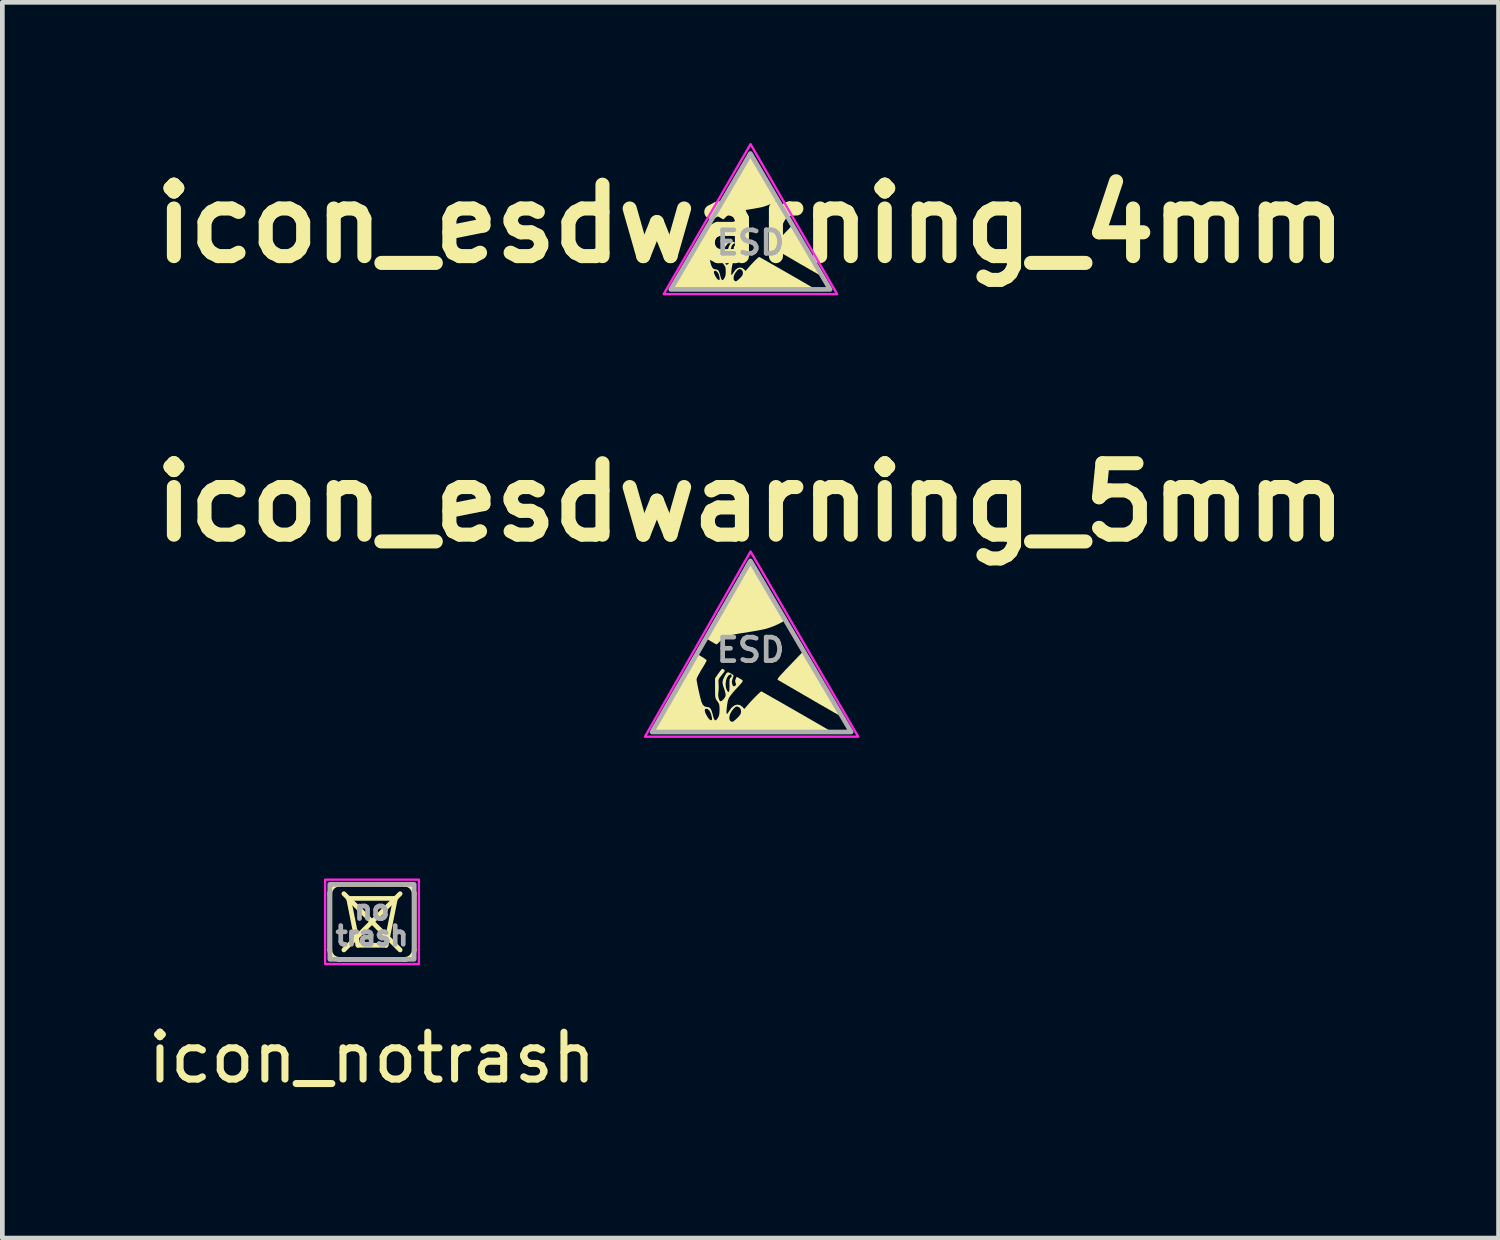
<source format=kicad_pcb>
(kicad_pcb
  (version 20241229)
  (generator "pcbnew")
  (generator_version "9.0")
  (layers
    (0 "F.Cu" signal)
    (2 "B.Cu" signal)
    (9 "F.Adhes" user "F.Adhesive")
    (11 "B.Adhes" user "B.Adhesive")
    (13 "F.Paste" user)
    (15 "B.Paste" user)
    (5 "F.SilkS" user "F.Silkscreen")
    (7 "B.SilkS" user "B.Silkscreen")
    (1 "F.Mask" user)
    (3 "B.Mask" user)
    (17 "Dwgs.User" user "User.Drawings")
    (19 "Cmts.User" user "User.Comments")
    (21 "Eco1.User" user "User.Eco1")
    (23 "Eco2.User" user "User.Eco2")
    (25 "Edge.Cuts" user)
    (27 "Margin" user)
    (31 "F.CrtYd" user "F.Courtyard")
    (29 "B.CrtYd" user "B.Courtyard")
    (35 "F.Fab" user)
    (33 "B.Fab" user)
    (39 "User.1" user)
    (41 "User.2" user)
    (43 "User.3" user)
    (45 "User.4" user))
  (footprint "icon_esdwarning_5mm"
    (layer "F.Cu")
    (at 12.961 10.818)
    (property "Reference" "icon_esdwarning_5mm" (at 0 -3.15 0) (layer "F.SilkS") (effects (font (size 1.524 1.524) (thickness 0.3))))
    (attr exclude_from_pos_files exclude_from_bom)
    (fp_poly (pts (xy 1.344 0.412) (xy 1.416 0.536) (xy 1.494 0.672) (xy 1.574 0.81) (xy 1.649 0.941) (xy 1.716 1.056) (xy 1.739 1.096) (xy 1.79 1.186) (xy 1.835 1.265) (xy 1.87 1.329) (xy 1.894 1.375) (xy 1.903 1.397) (xy 1.903 1.398) (xy 1.887 1.39) (xy 1.845 1.367) (xy 1.779 1.33) (xy 1.694 1.281) (xy 1.592 1.222) (xy 1.476 1.156) (xy 1.349 1.082) (xy 1.25 1.024) (xy 1.116 0.947) (xy 0.991 0.874) (xy 0.876 0.807) (xy 0.777 0.75) (xy 0.695 0.702) (xy 0.633 0.666) (xy 0.595 0.644) (xy 0.584 0.637) (xy 0.579 0.631) (xy 0.581 0.62) (xy 0.591 0.602) (xy 0.611 0.575) (xy 0.644 0.537) (xy 0.692 0.485) (xy 0.756 0.416) (xy 0.839 0.33) (xy 0.942 0.222) (xy 0.992 0.17) (xy 1.125 0.032)) (stroke (width 0) (type solid)) (fill yes) (layer "F.SilkS"))
    (fp_poly (pts (xy 0.01 -1.886) (xy 0.034 -1.847) (xy 0.071 -1.786) (xy 0.118 -1.707) (xy 0.173 -1.613) (xy 0.235 -1.508) (xy 0.3 -1.396) (xy 0.368 -1.279) (xy 0.435 -1.163) (xy 0.5 -1.05) (xy 0.561 -0.943) (xy 0.616 -0.847) (xy 0.662 -0.766) (xy 0.698 -0.701) (xy 0.721 -0.658) (xy 0.73 -0.641) (xy 0.718 -0.623) (xy 0.682 -0.598) (xy 0.626 -0.568) (xy 0.557 -0.535) (xy 0.482 -0.503) (xy 0.406 -0.475) (xy 0.336 -0.453) (xy 0.327 -0.451) (xy 0.266 -0.437) (xy 0.18 -0.42) (xy 0.079 -0.402) (xy -0.028 -0.384) (xy -0.098 -0.373) (xy -0.238 -0.351) (xy -0.35 -0.33) (xy -0.439 -0.308) (xy -0.509 -0.283) (xy -0.565 -0.255) (xy -0.612 -0.221) (xy -0.646 -0.189) (xy -0.683 -0.151) (xy -0.711 -0.125) (xy -0.721 -0.117) (xy -0.736 -0.125) (xy -0.773 -0.145) (xy -0.822 -0.173) (xy -0.874 -0.204) (xy -0.916 -0.231) (xy -0.936 -0.246) (xy -0.934 -0.262) (xy -0.917 -0.3) (xy -0.886 -0.363) (xy -0.84 -0.449) (xy -0.778 -0.561) (xy -0.701 -0.699) (xy -0.607 -0.864) (xy -0.497 -1.056) (xy -0.482 -1.082) (xy -0.394 -1.233) (xy -0.312 -1.374) (xy -0.236 -1.505) (xy -0.168 -1.621) (xy -0.11 -1.72) (xy -0.062 -1.8) (xy -0.027 -1.858) (xy -0.006 -1.892) (xy 0.00024 -1.9)) (stroke (width 0) (type solid)) (fill yes) (layer "F.SilkS"))
    (fp_poly (pts (xy -1.14 0.089) (xy -1.104 0.106) (xy -1.058 0.132) (xy -1.01 0.161) (xy -0.967 0.19) (xy -0.94 0.213) (xy -0.933 0.222) (xy -0.942 0.243) (xy -0.965 0.286) (xy -0.999 0.345) (xy -1.041 0.413) (xy -1.042 0.414) (xy -1.084 0.485) (xy -1.118 0.548) (xy -1.142 0.597) (xy -1.15 0.625) (xy -1.146 0.656) (xy -1.136 0.712) (xy -1.122 0.784) (xy -1.105 0.865) (xy -1.086 0.947) (xy -1.068 1.021) (xy -1.053 1.08) (xy -1.047 1.1) (xy -1.018 1.166) (xy -0.98 1.204) (xy -0.927 1.217) (xy -0.923 1.217) (xy -0.885 1.223) (xy -0.855 1.246) (xy -0.831 1.29) (xy -0.809 1.361) (xy -0.801 1.395) (xy -0.781 1.462) (xy -0.761 1.497) (xy -0.738 1.501) (xy -0.711 1.475) (xy -0.71 1.473) (xy -0.449 1.473) (xy -0.432 1.513) (xy -0.398 1.532) (xy -0.386 1.533) (xy -0.363 1.522) (xy -0.325 1.493) (xy -0.281 1.452) (xy -0.236 1.404) (xy -0.211 1.367) (xy -0.201 1.331) (xy -0.2 1.311) (xy -0.207 1.262) (xy -0.233 1.23) (xy -0.243 1.222) (xy -0.277 1.206) (xy -0.307 1.208) (xy -0.339 1.232) (xy -0.382 1.28) (xy -0.396 1.299) (xy -0.431 1.359) (xy -0.449 1.419) (xy -0.449 1.473) (xy -0.71 1.473) (xy -0.698 1.455) (xy -0.675 1.411) (xy -0.663 1.362) (xy -0.659 1.297) (xy -0.658 1.274) (xy -0.66 1.208) (xy -0.667 1.162) (xy -0.683 1.127) (xy -0.706 1.094) (xy -0.725 1.067) (xy -0.739 1.042) (xy -0.747 1.011) (xy -0.752 0.969) (xy -0.754 0.908) (xy -0.754 0.82) (xy -0.754 0.818) (xy -0.755 0.605) (xy -0.684 0.502) (xy -0.648 0.453) (xy -0.619 0.417) (xy -0.602 0.4) (xy -0.601 0.4) (xy -0.58 0.409) (xy -0.562 0.421) (xy -0.55 0.434) (xy -0.551 0.452) (xy -0.568 0.48) (xy -0.604 0.525) (xy -0.611 0.533) (xy -0.65 0.582) (xy -0.673 0.617) (xy -0.682 0.649) (xy -0.682 0.692) (xy -0.679 0.728) (xy -0.677 0.798) (xy -0.679 0.866) (xy -0.684 0.902) (xy -0.688 0.96) (xy -0.681 1.018) (xy -0.665 1.066) (xy -0.644 1.093) (xy -0.64 1.095) (xy -0.615 1.088) (xy -0.583 1.061) (xy -0.552 1.024) (xy -0.532 0.985) (xy -0.529 0.975) (xy -0.531 0.937) (xy -0.543 0.883) (xy -0.554 0.847) (xy -0.581 0.769) (xy -0.59 0.728) (xy -0.53 0.728) (xy -0.523 0.8) (xy -0.51 0.839) (xy -0.487 0.885) (xy -0.468 0.899) (xy -0.454 0.881) (xy -0.447 0.832) (xy -0.446 0.753) (xy -0.446 0.746) (xy -0.447 0.673) (xy -0.444 0.628) (xy -0.436 0.603) (xy -0.425 0.594) (xy -0.405 0.575) (xy -0.4 0.547) (xy -0.409 0.524) (xy -0.427 0.52) (xy -0.468 0.543) (xy -0.501 0.592) (xy -0.522 0.656) (xy -0.53 0.728) (xy -0.59 0.728) (xy -0.594 0.712) (xy -0.593 0.666) (xy -0.58 0.622) (xy -0.568 0.596) (xy -0.535 0.532) (xy -0.509 0.493) (xy -0.487 0.477) (xy -0.463 0.479) (xy -0.439 0.49) (xy -0.389 0.518) (xy -0.364 0.537) (xy -0.36 0.557) (xy -0.37 0.585) (xy -0.376 0.598) (xy -0.396 0.671) (xy -0.393 0.709) (xy -0.377 0.76) (xy -0.354 0.778) (xy -0.325 0.765) (xy -0.322 0.762) (xy -0.306 0.736) (xy -0.315 0.703) (xy -0.316 0.701) (xy -0.327 0.663) (xy -0.315 0.619) (xy -0.315 0.619) (xy -0.294 0.572) (xy -0.222 0.613) (xy -0.191 0.63) (xy -0.171 0.644) (xy -0.165 0.659) (xy -0.172 0.681) (xy -0.197 0.713) (xy -0.24 0.76) (xy -0.302 0.827) (xy -0.314 0.839) (xy -0.368 0.901) (xy -0.417 0.962) (xy -0.453 1.014) (xy -0.466 1.039) (xy -0.48 1.081) (xy -0.492 1.139) (xy -0.502 1.203) (xy -0.508 1.266) (xy -0.511 1.32) (xy -0.509 1.356) (xy -0.503 1.367) (xy -0.487 1.353) (xy -0.464 1.32) (xy -0.452 1.301) (xy -0.4 1.229) (xy -0.341 1.183) (xy -0.279 1.165) (xy -0.22 1.177) (xy -0.173 1.212) (xy -0.13 1.258) (xy -0.037 1.15) (xy 0.016 1.091) (xy 0.073 1.031) (xy 0.128 0.975) (xy 0.177 0.928) (xy 0.213 0.896) (xy 0.233 0.883) (xy 0.234 0.883) (xy 0.249 0.891) (xy 0.29 0.914) (xy 0.354 0.95) (xy 0.436 0.997) (xy 0.534 1.053) (xy 0.645 1.116) (xy 0.765 1.185) (xy 0.892 1.258) (xy 1.021 1.332) (xy 1.15 1.406) (xy 1.275 1.478) (xy 1.393 1.546) (xy 1.501 1.609) (xy 1.596 1.664) (xy 1.674 1.709) (xy 1.717 1.734) (xy 1.704 1.736) (xy 1.659 1.738) (xy 1.585 1.74) (xy 1.482 1.742) (xy 1.352 1.744) (xy 1.197 1.745) (xy 1.019 1.746) (xy 0.818 1.747) (xy 0.597 1.748) (xy 0.358 1.749) (xy 0.101 1.749) (xy -0.171 1.749) (xy -0.189 1.749) (xy -2.121 1.75) (xy -2.096 1.712) (xy -2.084 1.691) (xy -2.056 1.644) (xy -2.015 1.573) (xy -1.962 1.482) (xy -1.899 1.373) (xy -1.849 1.286) (xy -0.976 1.286) (xy -0.964 1.336) (xy -0.949 1.369) (xy -0.907 1.443) (xy -0.87 1.486) (xy -0.837 1.5) (xy -0.822 1.493) (xy -0.819 1.468) (xy -0.824 1.429) (xy -0.843 1.355) (xy -0.873 1.297) (xy -0.909 1.261) (xy -0.93 1.253) (xy -0.965 1.258) (xy -0.976 1.286) (xy -1.849 1.286) (xy -1.827 1.249) (xy -1.749 1.113) (xy -1.665 0.967) (xy -1.617 0.883) (xy -1.531 0.735) (xy -1.451 0.595) (xy -1.377 0.467) (xy -1.311 0.353) (xy -1.255 0.256) (xy -1.21 0.178) (xy -1.178 0.122) (xy -1.16 0.091) (xy -1.156 0.086)) (stroke (width 0) (type solid)) (fill yes) (layer "F.SilkS"))
    (fp_poly (pts (xy 2.3 1.85) (xy -2.25 1.85) (xy 0.003 -2.1)) (stroke (width 0.05) (type solid)) (fill no) (layer "F.CrtYd"))
    (fp_poly (pts (xy 2.15 1.75) (xy -2.1 1.75) (xy 0 -1.9)) (stroke (width 0.1) (type solid)) (fill no) (layer "F.Fab"))
    (fp_text user "ESD" (at 0.003 0 0) (unlocked yes) (layer "F.Fab") (effects (font (size 0.5 0.5) (thickness 0.1)))))
  (footprint "icon_esdwarning_4mm"
    (layer "F.Cu")
    (at 12.961 1.725)
    (property "Reference" "icon_esdwarning_4mm" (at 0 0 0) (layer "F.SilkS") (effects (font (size 1.524 1.524) (thickness 0.3))))
    (attr exclude_from_pos_files exclude_from_bom)
    (fp_poly (pts (xy 1.075 0.329) (xy 1.133 0.429) (xy 1.195 0.538) (xy 1.259 0.648) (xy 1.32 0.753) (xy 1.373 0.845) (xy 1.391 0.877) (xy 1.432 0.949) (xy 1.468 1.012) (xy 1.496 1.063) (xy 1.515 1.1) (xy 1.523 1.118) (xy 1.522 1.119) (xy 1.509 1.112) (xy 1.476 1.093) (xy 1.424 1.064) (xy 1.356 1.025) (xy 1.274 0.978) (xy 1.181 0.924) (xy 1.079 0.866) (xy 1 0.82) (xy 0.893 0.757) (xy 0.792 0.699) (xy 0.701 0.646) (xy 0.621 0.6) (xy 0.556 0.561) (xy 0.507 0.533) (xy 0.476 0.515) (xy 0.468 0.51) (xy 0.463 0.505) (xy 0.465 0.496) (xy 0.473 0.482) (xy 0.489 0.46) (xy 0.516 0.429) (xy 0.554 0.388) (xy 0.605 0.333) (xy 0.671 0.264) (xy 0.753 0.178) (xy 0.793 0.136) (xy 0.9 0.026)) (stroke (width 0) (type solid)) (fill yes) (layer "F.SilkS"))
    (fp_poly (pts (xy 0.008 -1.509) (xy 0.028 -1.478) (xy 0.057 -1.429) (xy 0.095 -1.365) (xy 0.139 -1.29) (xy 0.188 -1.206) (xy 0.24 -1.116) (xy 0.294 -1.023) (xy 0.348 -0.93) (xy 0.4 -0.84) (xy 0.449 -0.755) (xy 0.493 -0.678) (xy 0.53 -0.613) (xy 0.558 -0.561) (xy 0.577 -0.527) (xy 0.584 -0.512) (xy 0.575 -0.499) (xy 0.545 -0.478) (xy 0.501 -0.454) (xy 0.446 -0.428) (xy 0.385 -0.402) (xy 0.325 -0.38) (xy 0.269 -0.362) (xy 0.262 -0.36) (xy 0.213 -0.349) (xy 0.144 -0.336) (xy 0.064 -0.322) (xy -0.022 -0.307) (xy -0.078 -0.299) (xy -0.191 -0.281) (xy -0.28 -0.264) (xy -0.351 -0.246) (xy -0.407 -0.227) (xy -0.452 -0.204) (xy -0.489 -0.177) (xy -0.516 -0.152) (xy -0.547 -0.121) (xy -0.568 -0.1) (xy -0.576 -0.094) (xy -0.589 -0.1) (xy -0.618 -0.116) (xy -0.658 -0.139) (xy -0.699 -0.163) (xy -0.733 -0.185) (xy -0.749 -0.197) (xy -0.747 -0.21) (xy -0.734 -0.24) (xy -0.709 -0.29) (xy -0.672 -0.359) (xy -0.623 -0.449) (xy -0.561 -0.559) (xy -0.486 -0.691) (xy -0.397 -0.845) (xy -0.385 -0.865) (xy -0.316 -0.986) (xy -0.25 -1.1) (xy -0.189 -1.204) (xy -0.135 -1.297) (xy -0.088 -1.376) (xy -0.05 -1.44) (xy -0.021 -1.487) (xy -0.004 -1.514) (xy 0.000192 -1.52)) (stroke (width 0) (type solid)) (fill yes) (layer "F.SilkS"))
    (fp_poly (pts (xy -0.912 0.071) (xy -0.883 0.084) (xy -0.846 0.105) (xy -0.808 0.129) (xy -0.774 0.152) (xy -0.752 0.17) (xy -0.747 0.177) (xy -0.754 0.194) (xy -0.772 0.229) (xy -0.799 0.276) (xy -0.832 0.33) (xy -0.833 0.332) (xy -0.867 0.388) (xy -0.895 0.438) (xy -0.913 0.477) (xy -0.92 0.5) (xy -0.917 0.525) (xy -0.909 0.57) (xy -0.898 0.627) (xy -0.884 0.692) (xy -0.869 0.757) (xy -0.855 0.817) (xy -0.842 0.864) (xy -0.838 0.88) (xy -0.815 0.933) (xy -0.784 0.963) (xy -0.742 0.973) (xy -0.738 0.973) (xy -0.708 0.979) (xy -0.684 0.997) (xy -0.665 1.032) (xy -0.647 1.089) (xy -0.641 1.116) (xy -0.625 1.17) (xy -0.609 1.198) (xy -0.591 1.201) (xy -0.569 1.18) (xy -0.568 1.178) (xy -0.359 1.178) (xy -0.345 1.21) (xy -0.318 1.226) (xy -0.309 1.227) (xy -0.29 1.218) (xy -0.26 1.194) (xy -0.225 1.162) (xy -0.188 1.123) (xy -0.169 1.093) (xy -0.161 1.065) (xy -0.16 1.049) (xy -0.166 1.01) (xy -0.186 0.984) (xy -0.195 0.978) (xy -0.221 0.965) (xy -0.245 0.967) (xy -0.272 0.986) (xy -0.305 1.024) (xy -0.317 1.039) (xy -0.345 1.087) (xy -0.359 1.135) (xy -0.359 1.178) (xy -0.568 1.178) (xy -0.558 1.164) (xy -0.54 1.128) (xy -0.53 1.09) (xy -0.527 1.038) (xy -0.527 1.019) (xy -0.528 0.966) (xy -0.534 0.93) (xy -0.546 0.901) (xy -0.565 0.875) (xy -0.58 0.853) (xy -0.591 0.833) (xy -0.598 0.809) (xy -0.601 0.775) (xy -0.603 0.726) (xy -0.603 0.656) (xy -0.603 0.654) (xy -0.604 0.484) (xy -0.547 0.402) (xy -0.518 0.363) (xy -0.495 0.334) (xy -0.482 0.32) (xy -0.481 0.32) (xy -0.464 0.327) (xy -0.45 0.337) (xy -0.44 0.347) (xy -0.44 0.361) (xy -0.454 0.384) (xy -0.483 0.42) (xy -0.489 0.427) (xy -0.52 0.465) (xy -0.538 0.493) (xy -0.545 0.52) (xy -0.545 0.554) (xy -0.543 0.582) (xy -0.541 0.638) (xy -0.543 0.693) (xy -0.547 0.722) (xy -0.55 0.768) (xy -0.544 0.815) (xy -0.532 0.853) (xy -0.515 0.875) (xy -0.512 0.876) (xy -0.492 0.87) (xy -0.466 0.849) (xy -0.442 0.819) (xy -0.426 0.788) (xy -0.423 0.78) (xy -0.425 0.75) (xy -0.434 0.707) (xy -0.444 0.677) (xy -0.465 0.615) (xy -0.472 0.583) (xy -0.424 0.583) (xy -0.418 0.64) (xy -0.408 0.672) (xy -0.389 0.708) (xy -0.374 0.719) (xy -0.363 0.705) (xy -0.357 0.666) (xy -0.356 0.603) (xy -0.357 0.597) (xy -0.357 0.539) (xy -0.355 0.502) (xy -0.349 0.483) (xy -0.34 0.475) (xy -0.324 0.46) (xy -0.32 0.437) (xy -0.327 0.42) (xy -0.342 0.416) (xy -0.375 0.435) (xy -0.4 0.473) (xy -0.417 0.525) (xy -0.424 0.583) (xy -0.472 0.583) (xy -0.475 0.57) (xy -0.475 0.533) (xy -0.464 0.497) (xy -0.455 0.477) (xy -0.428 0.425) (xy -0.408 0.395) (xy -0.39 0.382) (xy -0.37 0.383) (xy -0.351 0.392) (xy -0.311 0.414) (xy -0.292 0.43) (xy -0.288 0.446) (xy -0.296 0.468) (xy -0.301 0.478) (xy -0.316 0.537) (xy -0.314 0.567) (xy -0.301 0.608) (xy -0.283 0.623) (xy -0.26 0.612) (xy -0.257 0.61) (xy -0.245 0.589) (xy -0.252 0.563) (xy -0.253 0.561) (xy -0.262 0.53) (xy -0.252 0.495) (xy -0.252 0.495) (xy -0.235 0.458) (xy -0.177 0.49) (xy -0.153 0.504) (xy -0.137 0.515) (xy -0.132 0.527) (xy -0.138 0.545) (xy -0.157 0.57) (xy -0.192 0.608) (xy -0.242 0.662) (xy -0.251 0.671) (xy -0.295 0.721) (xy -0.334 0.77) (xy -0.362 0.812) (xy -0.373 0.831) (xy -0.384 0.865) (xy -0.393 0.911) (xy -0.401 0.962) (xy -0.407 1.013) (xy -0.409 1.056) (xy -0.407 1.085) (xy -0.402 1.093) (xy -0.39 1.083) (xy -0.371 1.056) (xy -0.362 1.041) (xy -0.32 0.983) (xy -0.273 0.946) (xy -0.223 0.932) (xy -0.176 0.942) (xy -0.138 0.97) (xy -0.104 1.006) (xy -0.029 0.92) (xy 0.013 0.873) (xy 0.058 0.825) (xy 0.102 0.78) (xy 0.141 0.743) (xy 0.171 0.717) (xy 0.187 0.707) (xy 0.187 0.707) (xy 0.199 0.713) (xy 0.232 0.731) (xy 0.283 0.76) (xy 0.349 0.797) (xy 0.427 0.842) (xy 0.516 0.893) (xy 0.612 0.948) (xy 0.713 1.006) (xy 0.817 1.065) (xy 0.92 1.125) (xy 1.02 1.182) (xy 1.114 1.237) (xy 1.201 1.287) (xy 1.277 1.331) (xy 1.339 1.367) (xy 1.373 1.387) (xy 1.363 1.389) (xy 1.328 1.391) (xy 1.268 1.392) (xy 1.186 1.394) (xy 1.082 1.395) (xy 0.958 1.396) (xy 0.815 1.397) (xy 0.654 1.398) (xy 0.478 1.399) (xy 0.286 1.399) (xy 0.081 1.399) (xy -0.136 1.4) (xy -0.152 1.4) (xy -1.696 1.4) (xy -1.677 1.37) (xy -1.667 1.353) (xy -1.645 1.315) (xy -1.612 1.259) (xy -1.57 1.186) (xy -1.519 1.098) (xy -1.479 1.029) (xy -0.781 1.029) (xy -0.771 1.069) (xy -0.759 1.095) (xy -0.726 1.155) (xy -0.696 1.189) (xy -0.67 1.2) (xy -0.658 1.195) (xy -0.655 1.174) (xy -0.659 1.143) (xy -0.674 1.084) (xy -0.698 1.037) (xy -0.728 1.009) (xy -0.744 1.002) (xy -0.772 1.007) (xy -0.781 1.029) (xy -1.479 1.029) (xy -1.462 0.999) (xy -1.399 0.89) (xy -1.332 0.774) (xy -1.293 0.707) (xy -1.225 0.588) (xy -1.161 0.476) (xy -1.102 0.374) (xy -1.049 0.283) (xy -1.004 0.205) (xy -0.968 0.142) (xy -0.942 0.098) (xy -0.928 0.073) (xy -0.925 0.068)) (stroke (width 0) (type solid)) (fill yes) (layer "F.SilkS"))
    (fp_poly (pts (xy 1.85 1.5) (xy -1.85 1.5) (xy 0.003 -1.7)) (stroke (width 0.05) (type solid)) (fill no) (layer "F.CrtYd"))
    (fp_poly (pts (xy 1.7 1.4) (xy -1.7 1.4) (xy 0 -1.5)) (stroke (width 0.1) (type solid)) (fill no) (layer "F.Fab"))
    (fp_text user "ESD" (at 0.003 0.403 0) (unlocked yes) (layer "F.Fab") (effects (font (size 0.5 0.5) (thickness 0.1)))))
  (footprint "icon_notrash"
    (layer "F.Cu")
    (at 4.887 16.618)
    (property "Reference" "icon_notrash" (at 0 2.9 0) (unlocked yes) (layer "F.SilkS") (effects (font (size 1 1) (thickness 0.15))))
    (attr exclude_from_pos_files exclude_from_bom)
    (fp_line (start -0.9 -0.6) (end -0.9 0.6) (stroke (width 0.1) (type solid)) (layer "F.SilkS"))
    (fp_line (start -0.7 -0.8) (end 0.7 -0.8) (stroke (width 0.1) (type solid)) (layer "F.SilkS"))
    (fp_line (start -0.7 0.8) (end 0.7 0.8) (stroke (width 0.1) (type solid)) (layer "F.SilkS"))
    (fp_line (start -0.6 -0.6) (end 0.6 0.6) (stroke (width 0.1) (type solid)) (layer "F.SilkS"))
    (fp_line (start -0.5 -0.5) (end 0.5 -0.5) (stroke (width 0.1) (type solid)) (layer "F.SilkS"))
    (fp_line (start -0.3 0.5) (end -0.5 -0.5) (stroke (width 0.1) (type solid)) (layer "F.SilkS"))
    (fp_line (start 0.3 0.5) (end -0.3 0.5) (stroke (width 0.1) (type solid)) (layer "F.SilkS"))
    (fp_line (start 0.5 -0.5) (end 0.3 0.5) (stroke (width 0.1) (type solid)) (layer "F.SilkS"))
    (fp_line (start 0.6 -0.6) (end -0.6 0.6) (stroke (width 0.1) (type solid)) (layer "F.SilkS"))
    (fp_line (start 0.9 -0.6) (end 0.9 0.6) (stroke (width 0.1) (type solid)) (layer "F.SilkS"))
    (fp_arc (start -0.9 -0.6) (mid -0.841421 -0.741421) (end -0.7 -0.8) (stroke (width 0.1) (type solid)) (layer "F.SilkS"))
    (fp_arc (start -0.7 0.8) (mid -0.841421 0.741421) (end -0.9 0.6) (stroke (width 0.1) (type solid)) (layer "F.SilkS"))
    (fp_arc (start 0.7 -0.8) (mid 0.841421 -0.741421) (end 0.9 -0.6) (stroke (width 0.1) (type solid)) (layer "F.SilkS"))
    (fp_arc (start 0.9 0.6) (mid 0.841421 0.741421) (end 0.7 0.8) (stroke (width 0.1) (type solid)) (layer "F.SilkS"))
    (fp_rect (start -1 -0.9) (end 1 0.9) (stroke (width 0.05) (type solid)) (fill no) (layer "F.CrtYd"))
    (fp_rect (start 0.9 -0.8) (end -0.9 0.8) (stroke (width 0.1) (type solid)) (fill no) (layer "F.Fab"))
    (fp_text user "no" (at 0 -0.25 0) (unlocked yes) (layer "F.Fab") (effects (font (size 0.4 0.4) (thickness 0.1))))
    (fp_text user "trash" (at 0 0.3 0) (unlocked yes) (layer "F.Fab") (effects (font (size 0.4 0.4) (thickness 0.1)))))
  (gr_rect
    (start -3 -3)
    (end 28.923 23.366)
    (stroke (width 0.1) (type default))
    (fill no)
    (layer "Edge.Cuts")))
</source>
